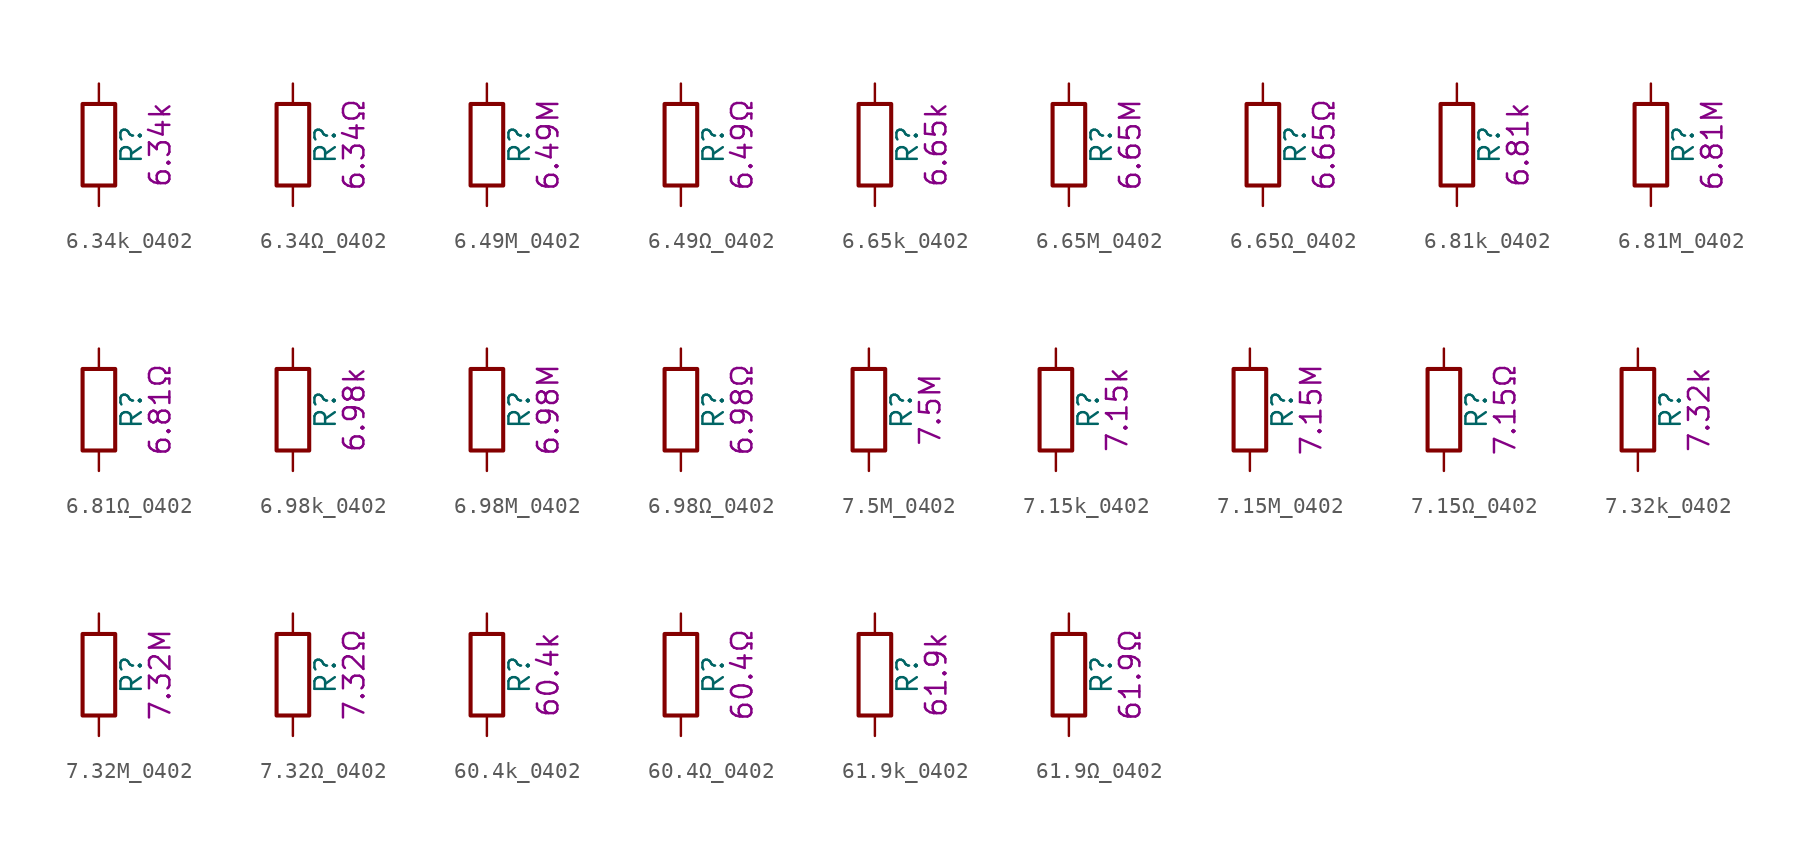
<source format=kicad_sym>
(kicad_symbol_lib
  (version 20211014)
  (generator kicad_symbol_editor)
  (symbol "6.34k_0402"
    (pin_numbers hide)
    (pin_names
      (offset 0))
    (property "Reference" "R"
      (at 2.032 0 90)
      (effects (font (size 1.27 1.27))))
    (property "Display" "6.34k"
      (at 3.81 0 90)
      (effects (font (size 1.27 1.27))))
    (symbol "6.34k_0402_0_1"
      (rectangle (start -1.016 -2.54) (end 1.016 2.54) (stroke (width 0.254) (type default) (color 0 0 0 0)) (fill (type none))))
    (symbol "6.34k_0402_1_1"
      (pin passive line (at 0 3.81 270) (length 1.27) (name "~" (effects (font (size 1.27 1.27)))) (number "1" (effects (font (size 1.27 1.27)))))
      (pin passive line (at 0 -3.81 90) (length 1.27) (name "~" (effects (font (size 1.27 1.27)))) (number "2" (effects (font (size 1.27 1.27)))))))
  (symbol "6.34Ω_0402"
    (pin_numbers hide)
    (pin_names
      (offset 0))
    (property "Reference" "R"
      (at 2.032 0 90)
      (effects (font (size 1.27 1.27))))
    (property "Display" "6.34Ω"
      (at 3.81 0 90)
      (effects (font (size 1.27 1.27))))
    (symbol "6.34Ω_0402_0_1"
      (rectangle (start -1.016 -2.54) (end 1.016 2.54) (stroke (width 0.254) (type default) (color 0 0 0 0)) (fill (type none))))
    (symbol "6.34Ω_0402_1_1"
      (pin passive line (at 0 3.81 270) (length 1.27) (name "~" (effects (font (size 1.27 1.27)))) (number "1" (effects (font (size 1.27 1.27)))))
      (pin passive line (at 0 -3.81 90) (length 1.27) (name "~" (effects (font (size 1.27 1.27)))) (number "2" (effects (font (size 1.27 1.27)))))))
  (symbol "6.49M_0402"
    (pin_numbers hide)
    (pin_names
      (offset 0))
    (property "Reference" "R"
      (at 2.032 0 90)
      (effects (font (size 1.27 1.27))))
    (property "Display" "6.49M"
      (at 3.81 0 90)
      (effects (font (size 1.27 1.27))))
    (symbol "6.49M_0402_0_1"
      (rectangle (start -1.016 -2.54) (end 1.016 2.54) (stroke (width 0.254) (type default) (color 0 0 0 0)) (fill (type none))))
    (symbol "6.49M_0402_1_1"
      (pin passive line (at 0 3.81 270) (length 1.27) (name "~" (effects (font (size 1.27 1.27)))) (number "1" (effects (font (size 1.27 1.27)))))
      (pin passive line (at 0 -3.81 90) (length 1.27) (name "~" (effects (font (size 1.27 1.27)))) (number "2" (effects (font (size 1.27 1.27)))))))
  (symbol "6.49Ω_0402"
    (pin_numbers hide)
    (pin_names
      (offset 0))
    (property "Reference" "R"
      (at 2.032 0 90)
      (effects (font (size 1.27 1.27))))
    (property "Display" "6.49Ω"
      (at 3.81 0 90)
      (effects (font (size 1.27 1.27))))
    (symbol "6.49Ω_0402_0_1"
      (rectangle (start -1.016 -2.54) (end 1.016 2.54) (stroke (width 0.254) (type default) (color 0 0 0 0)) (fill (type none))))
    (symbol "6.49Ω_0402_1_1"
      (pin passive line (at 0 3.81 270) (length 1.27) (name "~" (effects (font (size 1.27 1.27)))) (number "1" (effects (font (size 1.27 1.27)))))
      (pin passive line (at 0 -3.81 90) (length 1.27) (name "~" (effects (font (size 1.27 1.27)))) (number "2" (effects (font (size 1.27 1.27)))))))
  (symbol "6.65k_0402"
    (pin_numbers hide)
    (pin_names
      (offset 0))
    (property "Reference" "R"
      (at 2.032 0 90)
      (effects (font (size 1.27 1.27))))
    (property "Display" "6.65k"
      (at 3.81 0 90)
      (effects (font (size 1.27 1.27))))
    (symbol "6.65k_0402_0_1"
      (rectangle (start -1.016 -2.54) (end 1.016 2.54) (stroke (width 0.254) (type default) (color 0 0 0 0)) (fill (type none))))
    (symbol "6.65k_0402_1_1"
      (pin passive line (at 0 3.81 270) (length 1.27) (name "~" (effects (font (size 1.27 1.27)))) (number "1" (effects (font (size 1.27 1.27)))))
      (pin passive line (at 0 -3.81 90) (length 1.27) (name "~" (effects (font (size 1.27 1.27)))) (number "2" (effects (font (size 1.27 1.27)))))))
  (symbol "6.65M_0402"
    (pin_numbers hide)
    (pin_names
      (offset 0))
    (property "Reference" "R"
      (at 2.032 0 90)
      (effects (font (size 1.27 1.27))))
    (property "Display" "6.65M"
      (at 3.81 0 90)
      (effects (font (size 1.27 1.27))))
    (symbol "6.65M_0402_0_1"
      (rectangle (start -1.016 -2.54) (end 1.016 2.54) (stroke (width 0.254) (type default) (color 0 0 0 0)) (fill (type none))))
    (symbol "6.65M_0402_1_1"
      (pin passive line (at 0 3.81 270) (length 1.27) (name "~" (effects (font (size 1.27 1.27)))) (number "1" (effects (font (size 1.27 1.27)))))
      (pin passive line (at 0 -3.81 90) (length 1.27) (name "~" (effects (font (size 1.27 1.27)))) (number "2" (effects (font (size 1.27 1.27)))))))
  (symbol "6.65Ω_0402"
    (pin_numbers hide)
    (pin_names
      (offset 0))
    (property "Reference" "R"
      (at 2.032 0 90)
      (effects (font (size 1.27 1.27))))
    (property "Display" "6.65Ω"
      (at 3.81 0 90)
      (effects (font (size 1.27 1.27))))
    (symbol "6.65Ω_0402_0_1"
      (rectangle (start -1.016 -2.54) (end 1.016 2.54) (stroke (width 0.254) (type default) (color 0 0 0 0)) (fill (type none))))
    (symbol "6.65Ω_0402_1_1"
      (pin passive line (at 0 3.81 270) (length 1.27) (name "~" (effects (font (size 1.27 1.27)))) (number "1" (effects (font (size 1.27 1.27)))))
      (pin passive line (at 0 -3.81 90) (length 1.27) (name "~" (effects (font (size 1.27 1.27)))) (number "2" (effects (font (size 1.27 1.27)))))))
  (symbol "6.81k_0402"
    (pin_numbers hide)
    (pin_names
      (offset 0))
    (property "Reference" "R"
      (at 2.032 0 90)
      (effects (font (size 1.27 1.27))))
    (property "Display" "6.81k"
      (at 3.81 0 90)
      (effects (font (size 1.27 1.27))))
    (symbol "6.81k_0402_0_1"
      (rectangle (start -1.016 -2.54) (end 1.016 2.54) (stroke (width 0.254) (type default) (color 0 0 0 0)) (fill (type none))))
    (symbol "6.81k_0402_1_1"
      (pin passive line (at 0 3.81 270) (length 1.27) (name "~" (effects (font (size 1.27 1.27)))) (number "1" (effects (font (size 1.27 1.27)))))
      (pin passive line (at 0 -3.81 90) (length 1.27) (name "~" (effects (font (size 1.27 1.27)))) (number "2" (effects (font (size 1.27 1.27)))))))
  (symbol "6.81M_0402"
    (pin_numbers hide)
    (pin_names
      (offset 0))
    (property "Reference" "R"
      (at 2.032 0 90)
      (effects (font (size 1.27 1.27))))
    (property "Display" "6.81M"
      (at 3.81 0 90)
      (effects (font (size 1.27 1.27))))
    (symbol "6.81M_0402_0_1"
      (rectangle (start -1.016 -2.54) (end 1.016 2.54) (stroke (width 0.254) (type default) (color 0 0 0 0)) (fill (type none))))
    (symbol "6.81M_0402_1_1"
      (pin passive line (at 0 3.81 270) (length 1.27) (name "~" (effects (font (size 1.27 1.27)))) (number "1" (effects (font (size 1.27 1.27)))))
      (pin passive line (at 0 -3.81 90) (length 1.27) (name "~" (effects (font (size 1.27 1.27)))) (number "2" (effects (font (size 1.27 1.27)))))))
  (symbol "6.81Ω_0402"
    (pin_numbers hide)
    (pin_names
      (offset 0))
    (property "Reference" "R"
      (at 2.032 0 90)
      (effects (font (size 1.27 1.27))))
    (property "Display" "6.81Ω"
      (at 3.81 0 90)
      (effects (font (size 1.27 1.27))))
    (symbol "6.81Ω_0402_0_1"
      (rectangle (start -1.016 -2.54) (end 1.016 2.54) (stroke (width 0.254) (type default) (color 0 0 0 0)) (fill (type none))))
    (symbol "6.81Ω_0402_1_1"
      (pin passive line (at 0 3.81 270) (length 1.27) (name "~" (effects (font (size 1.27 1.27)))) (number "1" (effects (font (size 1.27 1.27)))))
      (pin passive line (at 0 -3.81 90) (length 1.27) (name "~" (effects (font (size 1.27 1.27)))) (number "2" (effects (font (size 1.27 1.27)))))))
  (symbol "6.98k_0402"
    (pin_numbers hide)
    (pin_names
      (offset 0))
    (property "Reference" "R"
      (at 2.032 0 90)
      (effects (font (size 1.27 1.27))))
    (property "Display" "6.98k"
      (at 3.81 0 90)
      (effects (font (size 1.27 1.27))))
    (symbol "6.98k_0402_0_1"
      (rectangle (start -1.016 -2.54) (end 1.016 2.54) (stroke (width 0.254) (type default) (color 0 0 0 0)) (fill (type none))))
    (symbol "6.98k_0402_1_1"
      (pin passive line (at 0 3.81 270) (length 1.27) (name "~" (effects (font (size 1.27 1.27)))) (number "1" (effects (font (size 1.27 1.27)))))
      (pin passive line (at 0 -3.81 90) (length 1.27) (name "~" (effects (font (size 1.27 1.27)))) (number "2" (effects (font (size 1.27 1.27)))))))
  (symbol "6.98M_0402"
    (pin_numbers hide)
    (pin_names
      (offset 0))
    (property "Reference" "R"
      (at 2.032 0 90)
      (effects (font (size 1.27 1.27))))
    (property "Display" "6.98M"
      (at 3.81 0 90)
      (effects (font (size 1.27 1.27))))
    (symbol "6.98M_0402_0_1"
      (rectangle (start -1.016 -2.54) (end 1.016 2.54) (stroke (width 0.254) (type default) (color 0 0 0 0)) (fill (type none))))
    (symbol "6.98M_0402_1_1"
      (pin passive line (at 0 3.81 270) (length 1.27) (name "~" (effects (font (size 1.27 1.27)))) (number "1" (effects (font (size 1.27 1.27)))))
      (pin passive line (at 0 -3.81 90) (length 1.27) (name "~" (effects (font (size 1.27 1.27)))) (number "2" (effects (font (size 1.27 1.27)))))))
  (symbol "6.98Ω_0402"
    (pin_numbers hide)
    (pin_names
      (offset 0))
    (property "Reference" "R"
      (at 2.032 0 90)
      (effects (font (size 1.27 1.27))))
    (property "Display" "6.98Ω"
      (at 3.81 0 90)
      (effects (font (size 1.27 1.27))))
    (symbol "6.98Ω_0402_0_1"
      (rectangle (start -1.016 -2.54) (end 1.016 2.54) (stroke (width 0.254) (type default) (color 0 0 0 0)) (fill (type none))))
    (symbol "6.98Ω_0402_1_1"
      (pin passive line (at 0 3.81 270) (length 1.27) (name "~" (effects (font (size 1.27 1.27)))) (number "1" (effects (font (size 1.27 1.27)))))
      (pin passive line (at 0 -3.81 90) (length 1.27) (name "~" (effects (font (size 1.27 1.27)))) (number "2" (effects (font (size 1.27 1.27)))))))
  (symbol "7.5M_0402"
    (pin_numbers hide)
    (pin_names
      (offset 0))
    (property "Reference" "R"
      (at 2.032 0 90)
      (effects (font (size 1.27 1.27))))
    (property "Display" "7.5M"
      (at 3.81 0 90)
      (effects (font (size 1.27 1.27))))
    (symbol "7.5M_0402_0_1"
      (rectangle (start -1.016 -2.54) (end 1.016 2.54) (stroke (width 0.254) (type default) (color 0 0 0 0)) (fill (type none))))
    (symbol "7.5M_0402_1_1"
      (pin passive line (at 0 3.81 270) (length 1.27) (name "~" (effects (font (size 1.27 1.27)))) (number "1" (effects (font (size 1.27 1.27)))))
      (pin passive line (at 0 -3.81 90) (length 1.27) (name "~" (effects (font (size 1.27 1.27)))) (number "2" (effects (font (size 1.27 1.27)))))))
  (symbol "7.15k_0402"
    (pin_numbers hide)
    (pin_names
      (offset 0))
    (property "Reference" "R"
      (at 2.032 0 90)
      (effects (font (size 1.27 1.27))))
    (property "Display" "7.15k"
      (at 3.81 0 90)
      (effects (font (size 1.27 1.27))))
    (symbol "7.15k_0402_0_1"
      (rectangle (start -1.016 -2.54) (end 1.016 2.54) (stroke (width 0.254) (type default) (color 0 0 0 0)) (fill (type none))))
    (symbol "7.15k_0402_1_1"
      (pin passive line (at 0 3.81 270) (length 1.27) (name "~" (effects (font (size 1.27 1.27)))) (number "1" (effects (font (size 1.27 1.27)))))
      (pin passive line (at 0 -3.81 90) (length 1.27) (name "~" (effects (font (size 1.27 1.27)))) (number "2" (effects (font (size 1.27 1.27)))))))
  (symbol "7.15M_0402"
    (pin_numbers hide)
    (pin_names
      (offset 0))
    (property "Reference" "R"
      (at 2.032 0 90)
      (effects (font (size 1.27 1.27))))
    (property "Display" "7.15M"
      (at 3.81 0 90)
      (effects (font (size 1.27 1.27))))
    (symbol "7.15M_0402_0_1"
      (rectangle (start -1.016 -2.54) (end 1.016 2.54) (stroke (width 0.254) (type default) (color 0 0 0 0)) (fill (type none))))
    (symbol "7.15M_0402_1_1"
      (pin passive line (at 0 3.81 270) (length 1.27) (name "~" (effects (font (size 1.27 1.27)))) (number "1" (effects (font (size 1.27 1.27)))))
      (pin passive line (at 0 -3.81 90) (length 1.27) (name "~" (effects (font (size 1.27 1.27)))) (number "2" (effects (font (size 1.27 1.27)))))))
  (symbol "7.15Ω_0402"
    (pin_numbers hide)
    (pin_names
      (offset 0))
    (property "Reference" "R"
      (at 2.032 0 90)
      (effects (font (size 1.27 1.27))))
    (property "Display" "7.15Ω"
      (at 3.81 0 90)
      (effects (font (size 1.27 1.27))))
    (symbol "7.15Ω_0402_0_1"
      (rectangle (start -1.016 -2.54) (end 1.016 2.54) (stroke (width 0.254) (type default) (color 0 0 0 0)) (fill (type none))))
    (symbol "7.15Ω_0402_1_1"
      (pin passive line (at 0 3.81 270) (length 1.27) (name "~" (effects (font (size 1.27 1.27)))) (number "1" (effects (font (size 1.27 1.27)))))
      (pin passive line (at 0 -3.81 90) (length 1.27) (name "~" (effects (font (size 1.27 1.27)))) (number "2" (effects (font (size 1.27 1.27)))))))
  (symbol "7.32k_0402"
    (pin_numbers hide)
    (pin_names
      (offset 0))
    (property "Reference" "R"
      (at 2.032 0 90)
      (effects (font (size 1.27 1.27))))
    (property "Display" "7.32k"
      (at 3.81 0 90)
      (effects (font (size 1.27 1.27))))
    (symbol "7.32k_0402_0_1"
      (rectangle (start -1.016 -2.54) (end 1.016 2.54) (stroke (width 0.254) (type default) (color 0 0 0 0)) (fill (type none))))
    (symbol "7.32k_0402_1_1"
      (pin passive line (at 0 3.81 270) (length 1.27) (name "~" (effects (font (size 1.27 1.27)))) (number "1" (effects (font (size 1.27 1.27)))))
      (pin passive line (at 0 -3.81 90) (length 1.27) (name "~" (effects (font (size 1.27 1.27)))) (number "2" (effects (font (size 1.27 1.27)))))))
  (symbol "7.32M_0402"
    (pin_numbers hide)
    (pin_names
      (offset 0))
    (property "Reference" "R"
      (at 2.032 0 90)
      (effects (font (size 1.27 1.27))))
    (property "Display" "7.32M"
      (at 3.81 0 90)
      (effects (font (size 1.27 1.27))))
    (symbol "7.32M_0402_0_1"
      (rectangle (start -1.016 -2.54) (end 1.016 2.54) (stroke (width 0.254) (type default) (color 0 0 0 0)) (fill (type none))))
    (symbol "7.32M_0402_1_1"
      (pin passive line (at 0 3.81 270) (length 1.27) (name "~" (effects (font (size 1.27 1.27)))) (number "1" (effects (font (size 1.27 1.27)))))
      (pin passive line (at 0 -3.81 90) (length 1.27) (name "~" (effects (font (size 1.27 1.27)))) (number "2" (effects (font (size 1.27 1.27)))))))
  (symbol "7.32Ω_0402"
    (pin_numbers hide)
    (pin_names
      (offset 0))
    (property "Reference" "R"
      (at 2.032 0 90)
      (effects (font (size 1.27 1.27))))
    (property "Display" "7.32Ω"
      (at 3.81 0 90)
      (effects (font (size 1.27 1.27))))
    (symbol "7.32Ω_0402_0_1"
      (rectangle (start -1.016 -2.54) (end 1.016 2.54) (stroke (width 0.254) (type default) (color 0 0 0 0)) (fill (type none))))
    (symbol "7.32Ω_0402_1_1"
      (pin passive line (at 0 3.81 270) (length 1.27) (name "~" (effects (font (size 1.27 1.27)))) (number "1" (effects (font (size 1.27 1.27)))))
      (pin passive line (at 0 -3.81 90) (length 1.27) (name "~" (effects (font (size 1.27 1.27)))) (number "2" (effects (font (size 1.27 1.27)))))))
  (symbol "60.4k_0402"
    (pin_numbers hide)
    (pin_names
      (offset 0))
    (property "Reference" "R"
      (at 2.032 0 90)
      (effects (font (size 1.27 1.27))))
    (property "Display" "60.4k"
      (at 3.81 0 90)
      (effects (font (size 1.27 1.27))))
    (symbol "60.4k_0402_0_1"
      (rectangle (start -1.016 -2.54) (end 1.016 2.54) (stroke (width 0.254) (type default) (color 0 0 0 0)) (fill (type none))))
    (symbol "60.4k_0402_1_1"
      (pin passive line (at 0 3.81 270) (length 1.27) (name "~" (effects (font (size 1.27 1.27)))) (number "1" (effects (font (size 1.27 1.27)))))
      (pin passive line (at 0 -3.81 90) (length 1.27) (name "~" (effects (font (size 1.27 1.27)))) (number "2" (effects (font (size 1.27 1.27)))))))
  (symbol "60.4Ω_0402"
    (pin_numbers hide)
    (pin_names
      (offset 0))
    (property "Reference" "R"
      (at 2.032 0 90)
      (effects (font (size 1.27 1.27))))
    (property "Display" "60.4Ω"
      (at 3.81 0 90)
      (effects (font (size 1.27 1.27))))
    (symbol "60.4Ω_0402_0_1"
      (rectangle (start -1.016 -2.54) (end 1.016 2.54) (stroke (width 0.254) (type default) (color 0 0 0 0)) (fill (type none))))
    (symbol "60.4Ω_0402_1_1"
      (pin passive line (at 0 3.81 270) (length 1.27) (name "~" (effects (font (size 1.27 1.27)))) (number "1" (effects (font (size 1.27 1.27)))))
      (pin passive line (at 0 -3.81 90) (length 1.27) (name "~" (effects (font (size 1.27 1.27)))) (number "2" (effects (font (size 1.27 1.27)))))))
  (symbol "61.9k_0402"
    (pin_numbers hide)
    (pin_names
      (offset 0))
    (property "Reference" "R"
      (at 2.032 0 90)
      (effects (font (size 1.27 1.27))))
    (property "Display" "61.9k"
      (at 3.81 0 90)
      (effects (font (size 1.27 1.27))))
    (symbol "61.9k_0402_0_1"
      (rectangle (start -1.016 -2.54) (end 1.016 2.54) (stroke (width 0.254) (type default) (color 0 0 0 0)) (fill (type none))))
    (symbol "61.9k_0402_1_1"
      (pin passive line (at 0 3.81 270) (length 1.27) (name "~" (effects (font (size 1.27 1.27)))) (number "1" (effects (font (size 1.27 1.27)))))
      (pin passive line (at 0 -3.81 90) (length 1.27) (name "~" (effects (font (size 1.27 1.27)))) (number "2" (effects (font (size 1.27 1.27)))))))
  (symbol "61.9Ω_0402"
    (pin_numbers hide)
    (pin_names
      (offset 0))
    (property "Reference" "R"
      (at 2.032 0 90)
      (effects (font (size 1.27 1.27))))
    (property "Display" "61.9Ω"
      (at 3.81 0 90)
      (effects (font (size 1.27 1.27))))
    (symbol "61.9Ω_0402_0_1"
      (rectangle (start -1.016 -2.54) (end 1.016 2.54) (stroke (width 0.254) (type default) (color 0 0 0 0)) (fill (type none))))
    (symbol "61.9Ω_0402_1_1"
      (pin passive line (at 0 3.81 270) (length 1.27) (name "~" (effects (font (size 1.27 1.27)))) (number "1" (effects (font (size 1.27 1.27)))))
      (pin passive line (at 0 -3.81 90) (length 1.27) (name "~" (effects (font (size 1.27 1.27)))) (number "2" (effects (font (size 1.27 1.27))))))))
</source>
